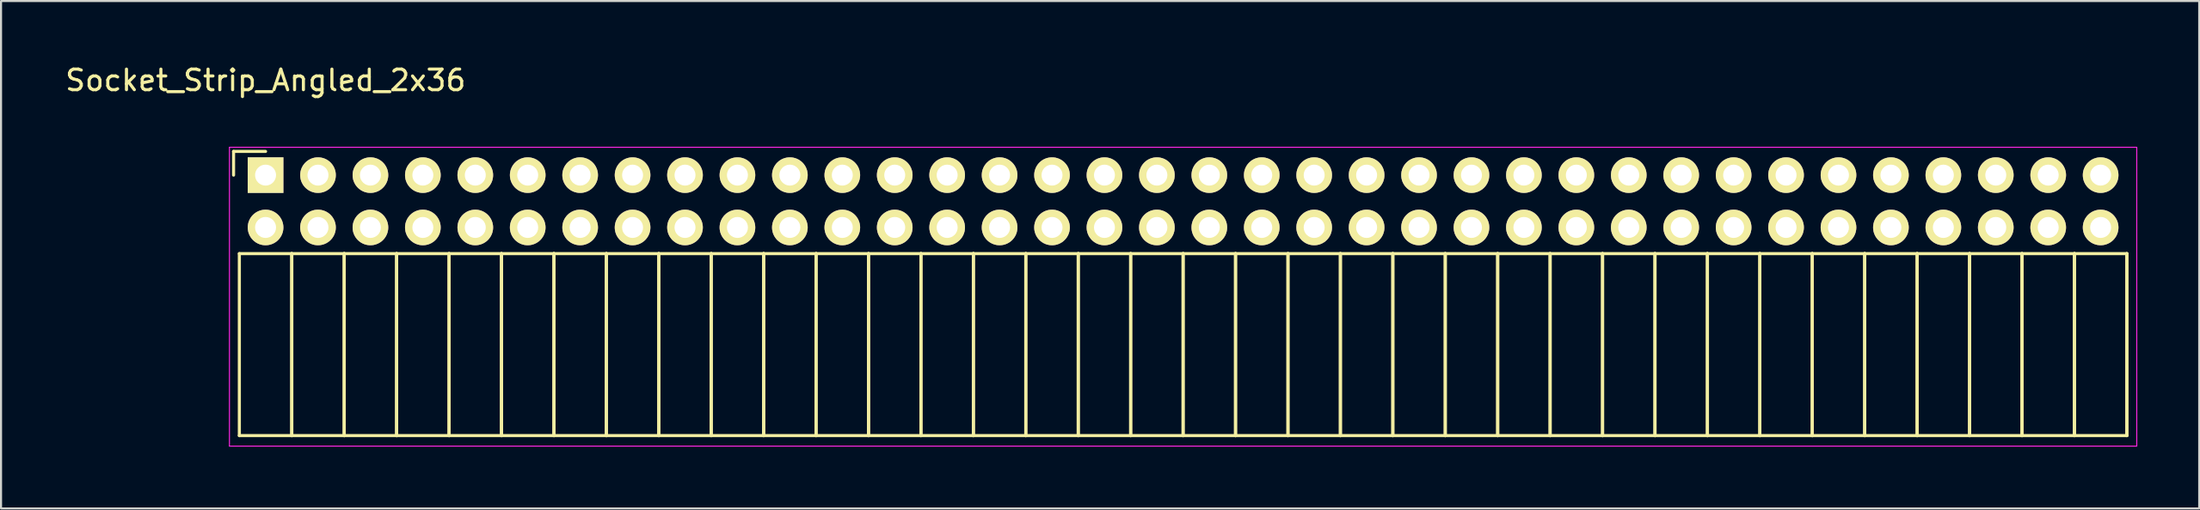
<source format=kicad_pcb>
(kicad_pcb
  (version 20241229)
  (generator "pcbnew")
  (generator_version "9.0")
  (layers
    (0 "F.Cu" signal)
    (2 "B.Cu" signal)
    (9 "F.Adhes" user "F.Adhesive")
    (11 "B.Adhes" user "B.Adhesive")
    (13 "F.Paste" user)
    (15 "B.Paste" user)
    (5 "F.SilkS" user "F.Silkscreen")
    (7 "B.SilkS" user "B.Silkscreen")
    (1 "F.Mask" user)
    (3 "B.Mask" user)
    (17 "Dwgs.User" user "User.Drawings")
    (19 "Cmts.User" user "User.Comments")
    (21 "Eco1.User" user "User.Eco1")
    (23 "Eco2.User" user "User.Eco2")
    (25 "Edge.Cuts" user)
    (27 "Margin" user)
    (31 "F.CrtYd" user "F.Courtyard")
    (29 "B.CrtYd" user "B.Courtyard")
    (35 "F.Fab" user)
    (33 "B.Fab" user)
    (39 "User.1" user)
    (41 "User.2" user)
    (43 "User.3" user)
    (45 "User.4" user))
  (footprint "Socket_Strip_Angled_2x36"
    (layer "F.Cu")
    (at 9.815 5.448)
    (property "Reference" "Socket_Strip_Angled_2x36" (at 0 -4.6 0) (layer "F.SilkS") (effects (font (size 1 1) (thickness 0.15))))
    (attr through_hole)
    (fp_line (start -1.55 -1.15) (end -1.55 0) (stroke (width 0.15) (type solid)) (layer "F.SilkS"))
    (fp_line (start -1.27 3.81) (end -1.27 12.64) (stroke (width 0.15) (type solid)) (layer "F.SilkS"))
    (fp_line (start -1.27 3.81) (end 1.27 3.81) (stroke (width 0.15) (type solid)) (layer "F.SilkS"))
    (fp_line (start -1.27 12.64) (end 1.27 12.64) (stroke (width 0.15) (type solid)) (layer "F.SilkS"))
    (fp_line (start 0 -1.15) (end -1.55 -1.15) (stroke (width 0.15) (type solid)) (layer "F.SilkS"))
    (fp_line (start 1.27 3.81) (end 1.27 12.64) (stroke (width 0.15) (type solid)) (layer "F.SilkS"))
    (fp_line (start 1.27 3.81) (end 3.81 3.81) (stroke (width 0.15) (type solid)) (layer "F.SilkS"))
    (fp_line (start 1.27 12.64) (end 1.27 3.81) (stroke (width 0.15) (type solid)) (layer "F.SilkS"))
    (fp_line (start 1.27 12.64) (end 3.81 12.64) (stroke (width 0.15) (type solid)) (layer "F.SilkS"))
    (fp_line (start 3.81 3.81) (end 3.81 12.64) (stroke (width 0.15) (type solid)) (layer "F.SilkS"))
    (fp_line (start 3.81 3.81) (end 6.35 3.81) (stroke (width 0.15) (type solid)) (layer "F.SilkS"))
    (fp_line (start 3.81 12.64) (end 3.81 3.81) (stroke (width 0.15) (type solid)) (layer "F.SilkS"))
    (fp_line (start 3.81 12.64) (end 6.35 12.64) (stroke (width 0.15) (type solid)) (layer "F.SilkS"))
    (fp_line (start 6.35 3.81) (end 6.35 12.64) (stroke (width 0.15) (type solid)) (layer "F.SilkS"))
    (fp_line (start 6.35 3.81) (end 8.89 3.81) (stroke (width 0.15) (type solid)) (layer "F.SilkS"))
    (fp_line (start 6.35 12.64) (end 6.35 3.81) (stroke (width 0.15) (type solid)) (layer "F.SilkS"))
    (fp_line (start 6.35 12.64) (end 8.89 12.64) (stroke (width 0.15) (type solid)) (layer "F.SilkS"))
    (fp_line (start 8.89 3.81) (end 8.89 12.64) (stroke (width 0.15) (type solid)) (layer "F.SilkS"))
    (fp_line (start 8.89 3.81) (end 11.43 3.81) (stroke (width 0.15) (type solid)) (layer "F.SilkS"))
    (fp_line (start 8.89 12.64) (end 8.89 3.81) (stroke (width 0.15) (type solid)) (layer "F.SilkS"))
    (fp_line (start 8.89 12.64) (end 11.43 12.64) (stroke (width 0.15) (type solid)) (layer "F.SilkS"))
    (fp_line (start 11.43 3.81) (end 11.43 12.64) (stroke (width 0.15) (type solid)) (layer "F.SilkS"))
    (fp_line (start 11.43 3.81) (end 13.97 3.81) (stroke (width 0.15) (type solid)) (layer "F.SilkS"))
    (fp_line (start 11.43 12.64) (end 11.43 3.81) (stroke (width 0.15) (type solid)) (layer "F.SilkS"))
    (fp_line (start 11.43 12.64) (end 13.97 12.64) (stroke (width 0.15) (type solid)) (layer "F.SilkS"))
    (fp_line (start 13.97 3.81) (end 13.97 12.64) (stroke (width 0.15) (type solid)) (layer "F.SilkS"))
    (fp_line (start 13.97 3.81) (end 16.51 3.81) (stroke (width 0.15) (type solid)) (layer "F.SilkS"))
    (fp_line (start 13.97 12.64) (end 13.97 3.81) (stroke (width 0.15) (type solid)) (layer "F.SilkS"))
    (fp_line (start 13.97 12.64) (end 16.51 12.64) (stroke (width 0.15) (type solid)) (layer "F.SilkS"))
    (fp_line (start 16.51 3.81) (end 16.51 12.64) (stroke (width 0.15) (type solid)) (layer "F.SilkS"))
    (fp_line (start 16.51 3.81) (end 19.05 3.81) (stroke (width 0.15) (type solid)) (layer "F.SilkS"))
    (fp_line (start 16.51 12.64) (end 16.51 3.81) (stroke (width 0.15) (type solid)) (layer "F.SilkS"))
    (fp_line (start 16.51 12.64) (end 19.05 12.64) (stroke (width 0.15) (type solid)) (layer "F.SilkS"))
    (fp_line (start 19.05 3.81) (end 19.05 12.64) (stroke (width 0.15) (type solid)) (layer "F.SilkS"))
    (fp_line (start 19.05 3.81) (end 21.59 3.81) (stroke (width 0.15) (type solid)) (layer "F.SilkS"))
    (fp_line (start 19.05 12.64) (end 19.05 3.81) (stroke (width 0.15) (type solid)) (layer "F.SilkS"))
    (fp_line (start 19.05 12.64) (end 21.59 12.64) (stroke (width 0.15) (type solid)) (layer "F.SilkS"))
    (fp_line (start 21.59 3.81) (end 21.59 12.64) (stroke (width 0.15) (type solid)) (layer "F.SilkS"))
    (fp_line (start 21.59 3.81) (end 24.13 3.81) (stroke (width 0.15) (type solid)) (layer "F.SilkS"))
    (fp_line (start 21.59 12.64) (end 21.59 3.81) (stroke (width 0.15) (type solid)) (layer "F.SilkS"))
    (fp_line (start 21.59 12.64) (end 24.13 12.64) (stroke (width 0.15) (type solid)) (layer "F.SilkS"))
    (fp_line (start 24.13 3.81) (end 24.13 12.64) (stroke (width 0.15) (type solid)) (layer "F.SilkS"))
    (fp_line (start 24.13 3.81) (end 26.67 3.81) (stroke (width 0.15) (type solid)) (layer "F.SilkS"))
    (fp_line (start 24.13 12.64) (end 24.13 3.81) (stroke (width 0.15) (type solid)) (layer "F.SilkS"))
    (fp_line (start 24.13 12.64) (end 26.67 12.64) (stroke (width 0.15) (type solid)) (layer "F.SilkS"))
    (fp_line (start 26.67 3.81) (end 26.67 12.64) (stroke (width 0.15) (type solid)) (layer "F.SilkS"))
    (fp_line (start 26.67 3.81) (end 29.21 3.81) (stroke (width 0.15) (type solid)) (layer "F.SilkS"))
    (fp_line (start 26.67 12.64) (end 26.67 3.81) (stroke (width 0.15) (type solid)) (layer "F.SilkS"))
    (fp_line (start 26.67 12.64) (end 29.21 12.64) (stroke (width 0.15) (type solid)) (layer "F.SilkS"))
    (fp_line (start 29.21 3.81) (end 29.21 12.64) (stroke (width 0.15) (type solid)) (layer "F.SilkS"))
    (fp_line (start 29.21 3.81) (end 31.75 3.81) (stroke (width 0.15) (type solid)) (layer "F.SilkS"))
    (fp_line (start 29.21 12.64) (end 29.21 3.81) (stroke (width 0.15) (type solid)) (layer "F.SilkS"))
    (fp_line (start 29.21 12.64) (end 31.75 12.64) (stroke (width 0.15) (type solid)) (layer "F.SilkS"))
    (fp_line (start 31.75 3.81) (end 31.75 12.64) (stroke (width 0.15) (type solid)) (layer "F.SilkS"))
    (fp_line (start 31.75 3.81) (end 34.29 3.81) (stroke (width 0.15) (type solid)) (layer "F.SilkS"))
    (fp_line (start 31.75 12.64) (end 31.75 3.81) (stroke (width 0.15) (type solid)) (layer "F.SilkS"))
    (fp_line (start 31.75 12.64) (end 34.29 12.64) (stroke (width 0.15) (type solid)) (layer "F.SilkS"))
    (fp_line (start 34.29 3.81) (end 34.29 12.64) (stroke (width 0.15) (type solid)) (layer "F.SilkS"))
    (fp_line (start 34.29 3.81) (end 36.83 3.81) (stroke (width 0.15) (type solid)) (layer "F.SilkS"))
    (fp_line (start 34.29 12.64) (end 34.29 3.81) (stroke (width 0.15) (type solid)) (layer "F.SilkS"))
    (fp_line (start 34.29 12.64) (end 36.83 12.64) (stroke (width 0.15) (type solid)) (layer "F.SilkS"))
    (fp_line (start 36.83 3.81) (end 36.83 12.64) (stroke (width 0.15) (type solid)) (layer "F.SilkS"))
    (fp_line (start 36.83 3.81) (end 39.37 3.81) (stroke (width 0.15) (type solid)) (layer "F.SilkS"))
    (fp_line (start 36.83 12.64) (end 36.83 3.81) (stroke (width 0.15) (type solid)) (layer "F.SilkS"))
    (fp_line (start 36.83 12.64) (end 39.37 12.64) (stroke (width 0.15) (type solid)) (layer "F.SilkS"))
    (fp_line (start 39.37 3.81) (end 39.37 12.64) (stroke (width 0.15) (type solid)) (layer "F.SilkS"))
    (fp_line (start 39.37 3.81) (end 41.91 3.81) (stroke (width 0.15) (type solid)) (layer "F.SilkS"))
    (fp_line (start 39.37 12.64) (end 39.37 3.81) (stroke (width 0.15) (type solid)) (layer "F.SilkS"))
    (fp_line (start 39.37 12.64) (end 41.91 12.64) (stroke (width 0.15) (type solid)) (layer "F.SilkS"))
    (fp_line (start 41.91 3.81) (end 41.91 12.64) (stroke (width 0.15) (type solid)) (layer "F.SilkS"))
    (fp_line (start 41.91 3.81) (end 44.45 3.81) (stroke (width 0.15) (type solid)) (layer "F.SilkS"))
    (fp_line (start 41.91 12.64) (end 41.91 3.81) (stroke (width 0.15) (type solid)) (layer "F.SilkS"))
    (fp_line (start 41.91 12.64) (end 44.45 12.64) (stroke (width 0.15) (type solid)) (layer "F.SilkS"))
    (fp_line (start 44.45 3.81) (end 44.45 12.64) (stroke (width 0.15) (type solid)) (layer "F.SilkS"))
    (fp_line (start 44.45 3.81) (end 46.99 3.81) (stroke (width 0.15) (type solid)) (layer "F.SilkS"))
    (fp_line (start 44.45 12.64) (end 44.45 3.81) (stroke (width 0.15) (type solid)) (layer "F.SilkS"))
    (fp_line (start 44.45 12.64) (end 46.99 12.64) (stroke (width 0.15) (type solid)) (layer "F.SilkS"))
    (fp_line (start 46.99 3.81) (end 46.99 12.64) (stroke (width 0.15) (type solid)) (layer "F.SilkS"))
    (fp_line (start 46.99 3.81) (end 49.53 3.81) (stroke (width 0.15) (type solid)) (layer "F.SilkS"))
    (fp_line (start 46.99 12.64) (end 46.99 3.81) (stroke (width 0.15) (type solid)) (layer "F.SilkS"))
    (fp_line (start 46.99 12.64) (end 49.53 12.64) (stroke (width 0.15) (type solid)) (layer "F.SilkS"))
    (fp_line (start 49.53 3.81) (end 49.53 12.64) (stroke (width 0.15) (type solid)) (layer "F.SilkS"))
    (fp_line (start 49.53 3.81) (end 52.07 3.81) (stroke (width 0.15) (type solid)) (layer "F.SilkS"))
    (fp_line (start 49.53 12.64) (end 49.53 3.81) (stroke (width 0.15) (type solid)) (layer "F.SilkS"))
    (fp_line (start 49.53 12.64) (end 52.07 12.64) (stroke (width 0.15) (type solid)) (layer "F.SilkS"))
    (fp_line (start 52.07 3.81) (end 52.07 12.64) (stroke (width 0.15) (type solid)) (layer "F.SilkS"))
    (fp_line (start 52.07 3.81) (end 54.61 3.81) (stroke (width 0.15) (type solid)) (layer "F.SilkS"))
    (fp_line (start 52.07 12.64) (end 52.07 3.81) (stroke (width 0.15) (type solid)) (layer "F.SilkS"))
    (fp_line (start 52.07 12.64) (end 54.61 12.64) (stroke (width 0.15) (type solid)) (layer "F.SilkS"))
    (fp_line (start 54.61 3.81) (end 54.61 12.64) (stroke (width 0.15) (type solid)) (layer "F.SilkS"))
    (fp_line (start 54.61 3.81) (end 57.15 3.81) (stroke (width 0.15) (type solid)) (layer "F.SilkS"))
    (fp_line (start 54.61 12.64) (end 54.61 3.81) (stroke (width 0.15) (type solid)) (layer "F.SilkS"))
    (fp_line (start 54.61 12.64) (end 57.15 12.64) (stroke (width 0.15) (type solid)) (layer "F.SilkS"))
    (fp_line (start 57.15 3.81) (end 57.15 12.64) (stroke (width 0.15) (type solid)) (layer "F.SilkS"))
    (fp_line (start 57.15 3.81) (end 59.69 3.81) (stroke (width 0.15) (type solid)) (layer "F.SilkS"))
    (fp_line (start 57.15 12.64) (end 57.15 3.81) (stroke (width 0.15) (type solid)) (layer "F.SilkS"))
    (fp_line (start 57.15 12.64) (end 59.69 12.64) (stroke (width 0.15) (type solid)) (layer "F.SilkS"))
    (fp_line (start 59.69 3.81) (end 59.69 12.64) (stroke (width 0.15) (type solid)) (layer "F.SilkS"))
    (fp_line (start 59.69 3.81) (end 62.23 3.81) (stroke (width 0.15) (type solid)) (layer "F.SilkS"))
    (fp_line (start 59.69 12.64) (end 59.69 3.81) (stroke (width 0.15) (type solid)) (layer "F.SilkS"))
    (fp_line (start 59.69 12.64) (end 62.23 12.64) (stroke (width 0.15) (type solid)) (layer "F.SilkS"))
    (fp_line (start 62.23 3.81) (end 62.23 12.64) (stroke (width 0.15) (type solid)) (layer "F.SilkS"))
    (fp_line (start 62.23 3.81) (end 64.77 3.81) (stroke (width 0.15) (type solid)) (layer "F.SilkS"))
    (fp_line (start 62.23 12.64) (end 62.23 3.81) (stroke (width 0.15) (type solid)) (layer "F.SilkS"))
    (fp_line (start 62.23 12.64) (end 64.77 12.64) (stroke (width 0.15) (type solid)) (layer "F.SilkS"))
    (fp_line (start 64.77 3.81) (end 64.77 12.64) (stroke (width 0.15) (type solid)) (layer "F.SilkS"))
    (fp_line (start 64.77 3.81) (end 67.31 3.81) (stroke (width 0.15) (type solid)) (layer "F.SilkS"))
    (fp_line (start 64.77 12.64) (end 64.77 3.81) (stroke (width 0.15) (type solid)) (layer "F.SilkS"))
    (fp_line (start 64.77 12.64) (end 67.31 12.64) (stroke (width 0.15) (type solid)) (layer "F.SilkS"))
    (fp_line (start 67.31 3.81) (end 67.31 12.64) (stroke (width 0.15) (type solid)) (layer "F.SilkS"))
    (fp_line (start 67.31 3.81) (end 69.85 3.81) (stroke (width 0.15) (type solid)) (layer "F.SilkS"))
    (fp_line (start 67.31 12.64) (end 67.31 3.81) (stroke (width 0.15) (type solid)) (layer "F.SilkS"))
    (fp_line (start 67.31 12.64) (end 69.85 12.64) (stroke (width 0.15) (type solid)) (layer "F.SilkS"))
    (fp_line (start 69.85 3.81) (end 69.85 12.64) (stroke (width 0.15) (type solid)) (layer "F.SilkS"))
    (fp_line (start 69.85 3.81) (end 72.39 3.81) (stroke (width 0.15) (type solid)) (layer "F.SilkS"))
    (fp_line (start 69.85 12.64) (end 69.85 3.81) (stroke (width 0.15) (type solid)) (layer "F.SilkS"))
    (fp_line (start 69.85 12.64) (end 72.39 12.64) (stroke (width 0.15) (type solid)) (layer "F.SilkS"))
    (fp_line (start 72.39 3.81) (end 72.39 12.64) (stroke (width 0.15) (type solid)) (layer "F.SilkS"))
    (fp_line (start 72.39 3.81) (end 74.93 3.81) (stroke (width 0.15) (type solid)) (layer "F.SilkS"))
    (fp_line (start 72.39 12.64) (end 72.39 3.81) (stroke (width 0.15) (type solid)) (layer "F.SilkS"))
    (fp_line (start 72.39 12.64) (end 74.93 12.64) (stroke (width 0.15) (type solid)) (layer "F.SilkS"))
    (fp_line (start 74.93 3.81) (end 74.93 12.64) (stroke (width 0.15) (type solid)) (layer "F.SilkS"))
    (fp_line (start 74.93 3.81) (end 77.47 3.81) (stroke (width 0.15) (type solid)) (layer "F.SilkS"))
    (fp_line (start 74.93 12.64) (end 74.93 3.81) (stroke (width 0.15) (type solid)) (layer "F.SilkS"))
    (fp_line (start 74.93 12.64) (end 77.47 12.64) (stroke (width 0.15) (type solid)) (layer "F.SilkS"))
    (fp_line (start 77.47 3.81) (end 77.47 12.64) (stroke (width 0.15) (type solid)) (layer "F.SilkS"))
    (fp_line (start 77.47 3.81) (end 80.01 3.81) (stroke (width 0.15) (type solid)) (layer "F.SilkS"))
    (fp_line (start 77.47 12.64) (end 77.47 3.81) (stroke (width 0.15) (type solid)) (layer "F.SilkS"))
    (fp_line (start 77.47 12.64) (end 80.01 12.64) (stroke (width 0.15) (type solid)) (layer "F.SilkS"))
    (fp_line (start 80.01 3.81) (end 80.01 12.64) (stroke (width 0.15) (type solid)) (layer "F.SilkS"))
    (fp_line (start 80.01 3.81) (end 82.55 3.81) (stroke (width 0.15) (type solid)) (layer "F.SilkS"))
    (fp_line (start 80.01 12.64) (end 80.01 3.81) (stroke (width 0.15) (type solid)) (layer "F.SilkS"))
    (fp_line (start 80.01 12.64) (end 82.55 12.64) (stroke (width 0.15) (type solid)) (layer "F.SilkS"))
    (fp_line (start 82.55 3.81) (end 82.55 12.64) (stroke (width 0.15) (type solid)) (layer "F.SilkS"))
    (fp_line (start 82.55 3.81) (end 85.09 3.81) (stroke (width 0.15) (type solid)) (layer "F.SilkS"))
    (fp_line (start 82.55 12.64) (end 82.55 3.81) (stroke (width 0.15) (type solid)) (layer "F.SilkS"))
    (fp_line (start 82.55 12.64) (end 85.09 12.64) (stroke (width 0.15) (type solid)) (layer "F.SilkS"))
    (fp_line (start 85.09 3.81) (end 85.09 12.64) (stroke (width 0.15) (type solid)) (layer "F.SilkS"))
    (fp_line (start 85.09 3.81) (end 87.63 3.81) (stroke (width 0.15) (type solid)) (layer "F.SilkS"))
    (fp_line (start 85.09 12.64) (end 85.09 3.81) (stroke (width 0.15) (type solid)) (layer "F.SilkS"))
    (fp_line (start 85.09 12.64) (end 87.63 12.64) (stroke (width 0.15) (type solid)) (layer "F.SilkS"))
    (fp_line (start 87.63 3.81) (end 87.63 12.64) (stroke (width 0.15) (type solid)) (layer "F.SilkS"))
    (fp_line (start 87.63 3.81) (end 90.17 3.81) (stroke (width 0.15) (type solid)) (layer "F.SilkS"))
    (fp_line (start 87.63 12.64) (end 87.63 3.81) (stroke (width 0.15) (type solid)) (layer "F.SilkS"))
    (fp_line (start 87.63 12.64) (end 90.17 12.64) (stroke (width 0.15) (type solid)) (layer "F.SilkS"))
    (fp_line (start 90.17 3.81) (end 90.17 12.64) (stroke (width 0.15) (type solid)) (layer "F.SilkS"))
    (fp_line (start 90.17 12.64) (end 90.17 3.81) (stroke (width 0.15) (type solid)) (layer "F.SilkS"))
    (fp_line (start -1.75 -1.35) (end -1.75 13.15) (stroke (width 0.05) (type solid)) (layer "F.CrtYd"))
    (fp_line (start -1.75 -1.35) (end 90.65 -1.35) (stroke (width 0.05) (type solid)) (layer "F.CrtYd"))
    (fp_line (start -1.75 13.15) (end 90.65 13.15) (stroke (width 0.05) (type solid)) (layer "F.CrtYd"))
    (fp_line (start 90.65 -1.35) (end 90.65 13.15) (stroke (width 0.05) (type solid)) (layer "F.CrtYd"))
    (pad "1" thru_hole rect (at 0 0) (size 1.727 1.727) (drill 1.016) (layers "*.Cu" "*.Mask" "F.SilkS"))
    (pad "2" thru_hole oval (at 0 2.54) (size 1.727 1.727) (drill 1.016) (layers "*.Cu" "*.Mask" "F.SilkS"))
    (pad "3" thru_hole oval (at 2.54 0) (size 1.727 1.727) (drill 1.016) (layers "*.Cu" "*.Mask" "F.SilkS"))
    (pad "4" thru_hole oval (at 2.54 2.54) (size 1.727 1.727) (drill 1.016) (layers "*.Cu" "*.Mask" "F.SilkS"))
    (pad "5" thru_hole oval (at 5.08 0) (size 1.727 1.727) (drill 1.016) (layers "*.Cu" "*.Mask" "F.SilkS"))
    (pad "6" thru_hole oval (at 5.08 2.54) (size 1.727 1.727) (drill 1.016) (layers "*.Cu" "*.Mask" "F.SilkS"))
    (pad "7" thru_hole oval (at 7.62 0) (size 1.727 1.727) (drill 1.016) (layers "*.Cu" "*.Mask" "F.SilkS"))
    (pad "8" thru_hole oval (at 7.62 2.54) (size 1.727 1.727) (drill 1.016) (layers "*.Cu" "*.Mask" "F.SilkS"))
    (pad "9" thru_hole oval (at 10.16 0) (size 1.727 1.727) (drill 1.016) (layers "*.Cu" "*.Mask" "F.SilkS"))
    (pad "10" thru_hole oval (at 10.16 2.54) (size 1.727 1.727) (drill 1.016) (layers "*.Cu" "*.Mask" "F.SilkS"))
    (pad "11" thru_hole oval (at 12.7 0) (size 1.727 1.727) (drill 1.016) (layers "*.Cu" "*.Mask" "F.SilkS"))
    (pad "12" thru_hole oval (at 12.7 2.54) (size 1.727 1.727) (drill 1.016) (layers "*.Cu" "*.Mask" "F.SilkS"))
    (pad "13" thru_hole oval (at 15.24 0) (size 1.727 1.727) (drill 1.016) (layers "*.Cu" "*.Mask" "F.SilkS"))
    (pad "14" thru_hole oval (at 15.24 2.54) (size 1.727 1.727) (drill 1.016) (layers "*.Cu" "*.Mask" "F.SilkS"))
    (pad "15" thru_hole oval (at 17.78 0) (size 1.727 1.727) (drill 1.016) (layers "*.Cu" "*.Mask" "F.SilkS"))
    (pad "16" thru_hole oval (at 17.78 2.54) (size 1.727 1.727) (drill 1.016) (layers "*.Cu" "*.Mask" "F.SilkS"))
    (pad "17" thru_hole oval (at 20.32 0) (size 1.727 1.727) (drill 1.016) (layers "*.Cu" "*.Mask" "F.SilkS"))
    (pad "18" thru_hole oval (at 20.32 2.54) (size 1.727 1.727) (drill 1.016) (layers "*.Cu" "*.Mask" "F.SilkS"))
    (pad "19" thru_hole oval (at 22.86 0) (size 1.727 1.727) (drill 1.016) (layers "*.Cu" "*.Mask" "F.SilkS"))
    (pad "20" thru_hole oval (at 22.86 2.54) (size 1.727 1.727) (drill 1.016) (layers "*.Cu" "*.Mask" "F.SilkS"))
    (pad "21" thru_hole oval (at 25.4 0) (size 1.727 1.727) (drill 1.016) (layers "*.Cu" "*.Mask" "F.SilkS"))
    (pad "22" thru_hole oval (at 25.4 2.54) (size 1.727 1.727) (drill 1.016) (layers "*.Cu" "*.Mask" "F.SilkS"))
    (pad "23" thru_hole oval (at 27.94 0) (size 1.727 1.727) (drill 1.016) (layers "*.Cu" "*.Mask" "F.SilkS"))
    (pad "24" thru_hole oval (at 27.94 2.54) (size 1.727 1.727) (drill 1.016) (layers "*.Cu" "*.Mask" "F.SilkS"))
    (pad "25" thru_hole oval (at 30.48 0) (size 1.727 1.727) (drill 1.016) (layers "*.Cu" "*.Mask" "F.SilkS"))
    (pad "26" thru_hole oval (at 30.48 2.54) (size 1.727 1.727) (drill 1.016) (layers "*.Cu" "*.Mask" "F.SilkS"))
    (pad "27" thru_hole oval (at 33.02 0) (size 1.727 1.727) (drill 1.016) (layers "*.Cu" "*.Mask" "F.SilkS"))
    (pad "28" thru_hole oval (at 33.02 2.54) (size 1.727 1.727) (drill 1.016) (layers "*.Cu" "*.Mask" "F.SilkS"))
    (pad "29" thru_hole oval (at 35.56 0) (size 1.727 1.727) (drill 1.016) (layers "*.Cu" "*.Mask" "F.SilkS"))
    (pad "30" thru_hole oval (at 35.56 2.54) (size 1.727 1.727) (drill 1.016) (layers "*.Cu" "*.Mask" "F.SilkS"))
    (pad "31" thru_hole oval (at 38.1 0) (size 1.727 1.727) (drill 1.016) (layers "*.Cu" "*.Mask" "F.SilkS"))
    (pad "32" thru_hole oval (at 38.1 2.54) (size 1.727 1.727) (drill 1.016) (layers "*.Cu" "*.Mask" "F.SilkS"))
    (pad "33" thru_hole oval (at 40.64 0) (size 1.727 1.727) (drill 1.016) (layers "*.Cu" "*.Mask" "F.SilkS"))
    (pad "34" thru_hole oval (at 40.64 2.54) (size 1.727 1.727) (drill 1.016) (layers "*.Cu" "*.Mask" "F.SilkS"))
    (pad "35" thru_hole oval (at 43.18 0) (size 1.727 1.727) (drill 1.016) (layers "*.Cu" "*.Mask" "F.SilkS"))
    (pad "36" thru_hole oval (at 43.18 2.54) (size 1.727 1.727) (drill 1.016) (layers "*.Cu" "*.Mask" "F.SilkS"))
    (pad "37" thru_hole oval (at 45.72 0) (size 1.727 1.727) (drill 1.016) (layers "*.Cu" "*.Mask" "F.SilkS"))
    (pad "38" thru_hole oval (at 45.72 2.54) (size 1.727 1.727) (drill 1.016) (layers "*.Cu" "*.Mask" "F.SilkS"))
    (pad "39" thru_hole oval (at 48.26 0) (size 1.727 1.727) (drill 1.016) (layers "*.Cu" "*.Mask" "F.SilkS"))
    (pad "40" thru_hole oval (at 48.26 2.54) (size 1.727 1.727) (drill 1.016) (layers "*.Cu" "*.Mask" "F.SilkS"))
    (pad "41" thru_hole oval (at 50.8 0) (size 1.727 1.727) (drill 1.016) (layers "*.Cu" "*.Mask" "F.SilkS"))
    (pad "42" thru_hole oval (at 50.8 2.54) (size 1.727 1.727) (drill 1.016) (layers "*.Cu" "*.Mask" "F.SilkS"))
    (pad "43" thru_hole oval (at 53.34 0) (size 1.727 1.727) (drill 1.016) (layers "*.Cu" "*.Mask" "F.SilkS"))
    (pad "44" thru_hole oval (at 53.34 2.54) (size 1.727 1.727) (drill 1.016) (layers "*.Cu" "*.Mask" "F.SilkS"))
    (pad "45" thru_hole oval (at 55.88 0) (size 1.727 1.727) (drill 1.016) (layers "*.Cu" "*.Mask" "F.SilkS"))
    (pad "46" thru_hole oval (at 55.88 2.54) (size 1.727 1.727) (drill 1.016) (layers "*.Cu" "*.Mask" "F.SilkS"))
    (pad "47" thru_hole oval (at 58.42 0) (size 1.727 1.727) (drill 1.016) (layers "*.Cu" "*.Mask" "F.SilkS"))
    (pad "48" thru_hole oval (at 58.42 2.54) (size 1.727 1.727) (drill 1.016) (layers "*.Cu" "*.Mask" "F.SilkS"))
    (pad "49" thru_hole oval (at 60.96 0) (size 1.727 1.727) (drill 1.016) (layers "*.Cu" "*.Mask" "F.SilkS"))
    (pad "50" thru_hole oval (at 60.96 2.54) (size 1.727 1.727) (drill 1.016) (layers "*.Cu" "*.Mask" "F.SilkS"))
    (pad "51" thru_hole oval (at 63.5 0) (size 1.727 1.727) (drill 1.016) (layers "*.Cu" "*.Mask" "F.SilkS"))
    (pad "52" thru_hole oval (at 63.5 2.54) (size 1.727 1.727) (drill 1.016) (layers "*.Cu" "*.Mask" "F.SilkS"))
    (pad "53" thru_hole oval (at 66.04 0) (size 1.727 1.727) (drill 1.016) (layers "*.Cu" "*.Mask" "F.SilkS"))
    (pad "54" thru_hole oval (at 66.04 2.54) (size 1.727 1.727) (drill 1.016) (layers "*.Cu" "*.Mask" "F.SilkS"))
    (pad "55" thru_hole oval (at 68.58 0) (size 1.727 1.727) (drill 1.016) (layers "*.Cu" "*.Mask" "F.SilkS"))
    (pad "56" thru_hole oval (at 68.58 2.54) (size 1.727 1.727) (drill 1.016) (layers "*.Cu" "*.Mask" "F.SilkS"))
    (pad "57" thru_hole oval (at 71.12 0) (size 1.727 1.727) (drill 1.016) (layers "*.Cu" "*.Mask" "F.SilkS"))
    (pad "58" thru_hole oval (at 71.12 2.54) (size 1.727 1.727) (drill 1.016) (layers "*.Cu" "*.Mask" "F.SilkS"))
    (pad "59" thru_hole oval (at 73.66 0) (size 1.727 1.727) (drill 1.016) (layers "*.Cu" "*.Mask" "F.SilkS"))
    (pad "60" thru_hole oval (at 73.66 2.54) (size 1.727 1.727) (drill 1.016) (layers "*.Cu" "*.Mask" "F.SilkS"))
    (pad "61" thru_hole oval (at 76.2 0) (size 1.727 1.727) (drill 1.016) (layers "*.Cu" "*.Mask" "F.SilkS"))
    (pad "62" thru_hole oval (at 76.2 2.54) (size 1.727 1.727) (drill 1.016) (layers "*.Cu" "*.Mask" "F.SilkS"))
    (pad "63" thru_hole oval (at 78.74 0) (size 1.727 1.727) (drill 1.016) (layers "*.Cu" "*.Mask" "F.SilkS"))
    (pad "64" thru_hole oval (at 78.74 2.54) (size 1.727 1.727) (drill 1.016) (layers "*.Cu" "*.Mask" "F.SilkS"))
    (pad "65" thru_hole oval (at 81.28 0) (size 1.727 1.727) (drill 1.016) (layers "*.Cu" "*.Mask" "F.SilkS"))
    (pad "66" thru_hole oval (at 81.28 2.54) (size 1.727 1.727) (drill 1.016) (layers "*.Cu" "*.Mask" "F.SilkS"))
    (pad "67" thru_hole oval (at 83.82 0) (size 1.727 1.727) (drill 1.016) (layers "*.Cu" "*.Mask" "F.SilkS"))
    (pad "68" thru_hole oval (at 83.82 2.54) (size 1.727 1.727) (drill 1.016) (layers "*.Cu" "*.Mask" "F.SilkS"))
    (pad "69" thru_hole oval (at 86.36 0) (size 1.727 1.727) (drill 1.016) (layers "*.Cu" "*.Mask" "F.SilkS"))
    (pad "70" thru_hole oval (at 86.36 2.54) (size 1.727 1.727) (drill 1.016) (layers "*.Cu" "*.Mask" "F.SilkS"))
    (pad "71" thru_hole oval (at 88.9 0) (size 1.727 1.727) (drill 1.016) (layers "*.Cu" "*.Mask" "F.SilkS"))
    (pad "72" thru_hole oval (at 88.9 2.54) (size 1.727 1.727) (drill 1.016) (layers "*.Cu" "*.Mask" "F.SilkS")))
  (gr_rect
    (start -3 -3)
    (end 103.49 21.623)
    (stroke (width 0.1) (type default))
    (fill no)
    (layer "Edge.Cuts")))
</source>
